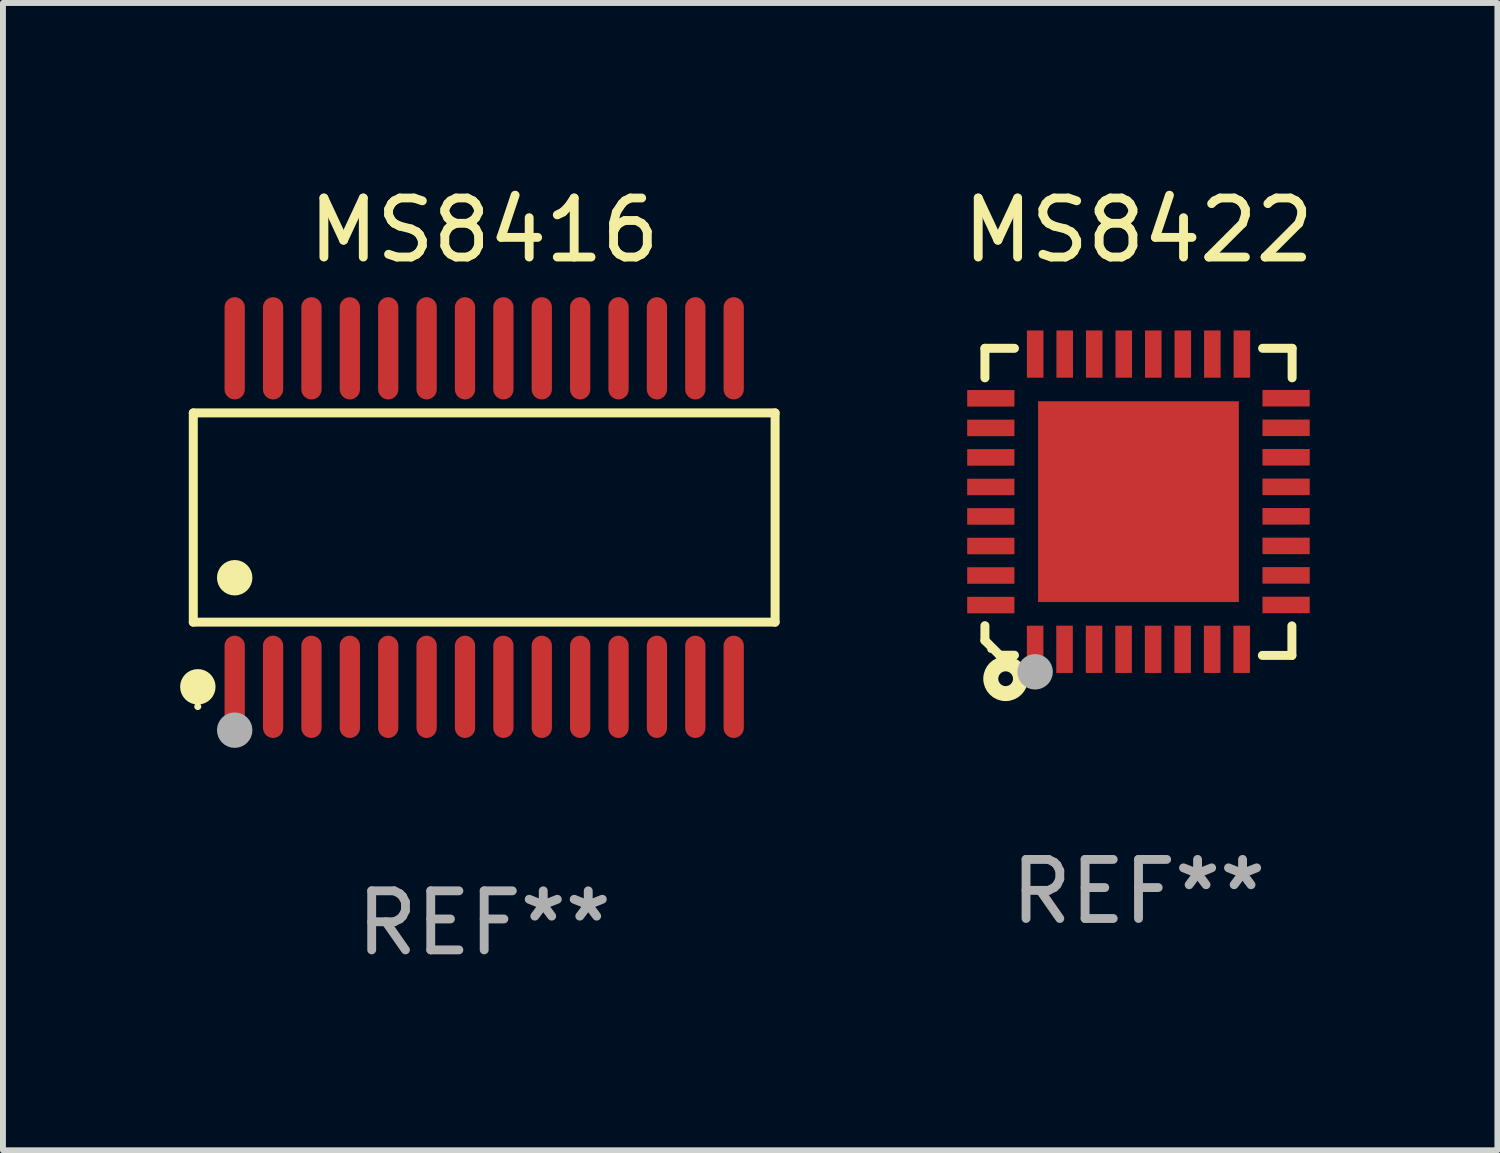
<source format=kicad_pcb>
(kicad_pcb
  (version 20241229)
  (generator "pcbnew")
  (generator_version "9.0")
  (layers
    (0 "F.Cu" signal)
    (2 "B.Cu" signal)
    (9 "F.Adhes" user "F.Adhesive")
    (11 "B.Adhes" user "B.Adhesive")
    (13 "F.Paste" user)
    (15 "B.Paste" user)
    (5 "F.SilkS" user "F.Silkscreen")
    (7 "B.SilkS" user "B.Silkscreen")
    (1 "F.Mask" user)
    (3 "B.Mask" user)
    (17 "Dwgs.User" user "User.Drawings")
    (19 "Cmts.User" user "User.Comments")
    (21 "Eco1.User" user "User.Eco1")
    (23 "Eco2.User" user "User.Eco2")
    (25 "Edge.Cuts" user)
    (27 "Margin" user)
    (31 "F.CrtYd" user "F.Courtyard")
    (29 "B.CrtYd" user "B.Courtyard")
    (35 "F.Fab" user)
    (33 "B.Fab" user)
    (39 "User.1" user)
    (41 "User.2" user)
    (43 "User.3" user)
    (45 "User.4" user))
  (footprint "MS8416"
    (layer "F.Cu")
    (at 5.149 5.714)
    (property "Reference" "MS8416" (at 0 -4.866 0) (layer "F.SilkS") (effects (font (size 1 1) (thickness 0.15))))
    (attr through_hole)
    (fp_line (start -4.926 -1.772) (end 4.926 -1.772) (stroke (width 0.152) (type solid)) (layer "F.SilkS"))
    (fp_line (start -4.926 1.771) (end -4.926 -1.772) (stroke (width 0.152) (type solid)) (layer "F.SilkS"))
    (fp_line (start 4.926 -1.772) (end 4.926 1.771) (stroke (width 0.152) (type solid)) (layer "F.SilkS"))
    (fp_line (start 4.926 1.771) (end -4.926 1.771) (stroke (width 0.152) (type solid)) (layer "F.SilkS"))
    (fp_circle (center -4.85 3.2) (end -4.82 3.2) (stroke (width 0.06) (type solid)) (fill no) (layer "F.SilkS"))
    (fp_circle (center -4.849 2.866) (end -4.699 2.866) (stroke (width 0.3) (type solid)) (fill no) (layer "F.SilkS"))
    (fp_circle (center -4.225 1.019) (end -4.075 1.019) (stroke (width 0.3) (type solid)) (fill no) (layer "F.SilkS"))
    (fp_circle (center -4.225 3.6) (end -4.075 3.6) (stroke (width 0.3) (type solid)) (fill no) (layer "F.Fab"))
    (fp_text user "REF**" (at 0 6.866 0) (layer "F.Fab") (effects (font (size 1 1) (thickness 0.15))))
    (pad "1" smd oval (at -4.225 2.866) (size 0.343 1.731) (layers "F.Cu" "F.Mask" "F.Paste"))
    (pad "2" smd oval (at -3.575 2.866) (size 0.343 1.731) (layers "F.Cu" "F.Mask" "F.Paste"))
    (pad "3" smd oval (at -2.925 2.866) (size 0.343 1.731) (layers "F.Cu" "F.Mask" "F.Paste"))
    (pad "4" smd oval (at -2.275 2.866) (size 0.343 1.731) (layers "F.Cu" "F.Mask" "F.Paste"))
    (pad "5" smd oval (at -1.625 2.866) (size 0.343 1.731) (layers "F.Cu" "F.Mask" "F.Paste"))
    (pad "6" smd oval (at -0.975 2.866) (size 0.343 1.731) (layers "F.Cu" "F.Mask" "F.Paste"))
    (pad "7" smd oval (at -0.325 2.866) (size 0.343 1.731) (layers "F.Cu" "F.Mask" "F.Paste"))
    (pad "8" smd oval (at 0.325 2.866) (size 0.343 1.731) (layers "F.Cu" "F.Mask" "F.Paste"))
    (pad "9" smd oval (at 0.975 2.866) (size 0.343 1.731) (layers "F.Cu" "F.Mask" "F.Paste"))
    (pad "10" smd oval (at 1.625 2.866) (size 0.343 1.731) (layers "F.Cu" "F.Mask" "F.Paste"))
    (pad "11" smd oval (at 2.275 2.866) (size 0.343 1.731) (layers "F.Cu" "F.Mask" "F.Paste"))
    (pad "12" smd oval (at 2.925 2.866) (size 0.343 1.731) (layers "F.Cu" "F.Mask" "F.Paste"))
    (pad "13" smd oval (at 3.575 2.866) (size 0.343 1.731) (layers "F.Cu" "F.Mask" "F.Paste"))
    (pad "14" smd oval (at 4.225 2.866) (size 0.343 1.731) (layers "F.Cu" "F.Mask" "F.Paste"))
    (pad "15" smd oval (at 4.225 -2.866) (size 0.343 1.731) (layers "F.Cu" "F.Mask" "F.Paste"))
    (pad "16" smd oval (at 3.575 -2.866) (size 0.343 1.731) (layers "F.Cu" "F.Mask" "F.Paste"))
    (pad "17" smd oval (at 2.925 -2.866) (size 0.343 1.731) (layers "F.Cu" "F.Mask" "F.Paste"))
    (pad "18" smd oval (at 2.275 -2.866) (size 0.343 1.731) (layers "F.Cu" "F.Mask" "F.Paste"))
    (pad "19" smd oval (at 1.625 -2.866) (size 0.343 1.731) (layers "F.Cu" "F.Mask" "F.Paste"))
    (pad "20" smd oval (at 0.975 -2.866) (size 0.343 1.731) (layers "F.Cu" "F.Mask" "F.Paste"))
    (pad "21" smd oval (at 0.325 -2.866) (size 0.343 1.731) (layers "F.Cu" "F.Mask" "F.Paste"))
    (pad "22" smd oval (at -0.325 -2.866) (size 0.343 1.731) (layers "F.Cu" "F.Mask" "F.Paste"))
    (pad "23" smd oval (at -0.975 -2.866) (size 0.343 1.731) (layers "F.Cu" "F.Mask" "F.Paste"))
    (pad "24" smd oval (at -1.625 -2.866) (size 0.343 1.731) (layers "F.Cu" "F.Mask" "F.Paste"))
    (pad "25" smd oval (at -2.275 -2.866) (size 0.343 1.731) (layers "F.Cu" "F.Mask" "F.Paste"))
    (pad "26" smd oval (at -2.925 -2.866) (size 0.343 1.731) (layers "F.Cu" "F.Mask" "F.Paste"))
    (pad "27" smd oval (at -3.575 -2.866) (size 0.343 1.731) (layers "F.Cu" "F.Mask" "F.Paste"))
    (pad "28" smd oval (at -4.225 -2.866) (size 0.343 1.731) (layers "F.Cu" "F.Mask" "F.Paste")))
  (footprint "MS8422"
    (layer "F.Cu")
    (at 16.229 5.448)
    (property "Reference" "MS8422" (at 0 -4.6 0) (layer "F.SilkS") (effects (font (size 1 1) (thickness 0.15))))
    (attr through_hole)
    (fp_line (start -2.601 2.097) (end -2.601 2.347) (stroke (width 0.152) (type solid)) (layer "F.SilkS"))
    (fp_line (start -2.601 2.347) (end -2.351 2.597) (stroke (width 0.152) (type solid)) (layer "F.SilkS"))
    (fp_line (start -2.601 -2.6) (end -2.601 -2.1) (stroke (width 0.152) (type solid)) (layer "F.SilkS"))
    (fp_line (start -2.601 -2.6) (end -2.101 -2.6) (stroke (width 0.152) (type solid)) (layer "F.SilkS"))
    (fp_line (start -2.351 2.597) (end -2.101 2.597) (stroke (width 0.152) (type solid)) (layer "F.SilkS"))
    (fp_line (start 2.597 2.6) (end 2.097 2.6) (stroke (width 0.152) (type solid)) (layer "F.SilkS"))
    (fp_line (start 2.597 2.6) (end 2.597 2.1) (stroke (width 0.152) (type solid)) (layer "F.SilkS"))
    (fp_line (start 2.601 -2.6) (end 2.101 -2.6) (stroke (width 0.152) (type solid)) (layer "F.SilkS"))
    (fp_line (start 2.601 -2.6) (end 2.601 -2.1) (stroke (width 0.152) (type solid)) (layer "F.SilkS"))
    (fp_circle (center -2.501 2.497) (end -2.471 2.497) (stroke (width 0.06) (type solid)) (fill no) (layer "F.SilkS"))
    (fp_circle (center -2.25 2.995) (end -2.125 2.995) (stroke (width 0.254) (type solid)) (fill no) (layer "F.SilkS"))
    (fp_circle (center -1.751 2.878) (end -1.601 2.878) (stroke (width 0.3) (type solid)) (fill no) (layer "F.Fab"))
    (fp_text user "REF**" (at 0 6.6 0) (layer "F.Fab") (effects (font (size 1 1) (thickness 0.15))))
    (pad "1" smd rect (at -1.751 2.497) (size 0.28 0.8) (layers "F.Cu" "F.Mask" "F.Paste"))
    (pad "2" smd rect (at -1.253 2.497) (size 0.28 0.8) (layers "F.Cu" "F.Mask" "F.Paste"))
    (pad "3" smd rect (at -0.753 2.497) (size 0.28 0.8) (layers "F.Cu" "F.Mask" "F.Paste"))
    (pad "4" smd rect (at -0.253 2.497) (size 0.28 0.8) (layers "F.Cu" "F.Mask" "F.Paste"))
    (pad "5" smd rect (at 0.247 2.497) (size 0.28 0.8) (layers "F.Cu" "F.Mask" "F.Paste"))
    (pad "6" smd rect (at 0.747 2.497) (size 0.28 0.8) (layers "F.Cu" "F.Mask" "F.Paste"))
    (pad "7" smd rect (at 1.247 2.497) (size 0.28 0.8) (layers "F.Cu" "F.Mask" "F.Paste"))
    (pad "8" smd rect (at 1.747 2.497) (size 0.28 0.8) (layers "F.Cu" "F.Mask" "F.Paste"))
    (pad "9" smd rect (at 2.499 1.746) (size 0.8 0.28) (layers "F.Cu" "F.Mask" "F.Paste"))
    (pad "10" smd rect (at 2.499 1.245) (size 0.8 0.28) (layers "F.Cu" "F.Mask" "F.Paste"))
    (pad "11" smd rect (at 2.499 0.746) (size 0.8 0.28) (layers "F.Cu" "F.Mask" "F.Paste"))
    (pad "12" smd rect (at 2.499 0.245) (size 0.8 0.28) (layers "F.Cu" "F.Mask" "F.Paste"))
    (pad "13" smd rect (at 2.499 -0.254) (size 0.8 0.28) (layers "F.Cu" "F.Mask" "F.Paste"))
    (pad "14" smd rect (at 2.499 -0.755) (size 0.8 0.28) (layers "F.Cu" "F.Mask" "F.Paste"))
    (pad "15" smd rect (at 2.499 -1.254) (size 0.8 0.28) (layers "F.Cu" "F.Mask" "F.Paste"))
    (pad "16" smd rect (at 2.499 -1.755) (size 0.8 0.28) (layers "F.Cu" "F.Mask" "F.Paste"))
    (pad "17" smd rect (at 1.75 -2.502) (size 0.28 0.8) (layers "F.Cu" "F.Mask" "F.Paste"))
    (pad "18" smd rect (at 1.25 -2.502) (size 0.28 0.8) (layers "F.Cu" "F.Mask" "F.Paste"))
    (pad "19" smd rect (at 0.75 -2.502) (size 0.28 0.8) (layers "F.Cu" "F.Mask" "F.Paste"))
    (pad "20" smd rect (at 0.25 -2.502) (size 0.28 0.8) (layers "F.Cu" "F.Mask" "F.Paste"))
    (pad "21" smd rect (at -0.25 -2.502) (size 0.28 0.8) (layers "F.Cu" "F.Mask" "F.Paste"))
    (pad "22" smd rect (at -0.75 -2.502) (size 0.28 0.8) (layers "F.Cu" "F.Mask" "F.Paste"))
    (pad "23" smd rect (at -1.25 -2.502) (size 0.28 0.8) (layers "F.Cu" "F.Mask" "F.Paste"))
    (pad "24" smd rect (at -1.75 -2.502) (size 0.28 0.8) (layers "F.Cu" "F.Mask" "F.Paste"))
    (pad "25" smd rect (at -2.501 -1.753) (size 0.8 0.28) (layers "F.Cu" "F.Mask" "F.Paste"))
    (pad "26" smd rect (at -2.501 -1.252) (size 0.8 0.28) (layers "F.Cu" "F.Mask" "F.Paste"))
    (pad "27" smd rect (at -2.501 -0.753) (size 0.8 0.28) (layers "F.Cu" "F.Mask" "F.Paste"))
    (pad "28" smd rect (at -2.501 -0.252) (size 0.8 0.28) (layers "F.Cu" "F.Mask" "F.Paste"))
    (pad "29" smd rect (at -2.501 0.247) (size 0.8 0.28) (layers "F.Cu" "F.Mask" "F.Paste"))
    (pad "30" smd rect (at -2.501 0.748) (size 0.8 0.28) (layers "F.Cu" "F.Mask" "F.Paste"))
    (pad "31" smd rect (at -2.501 1.247) (size 0.8 0.28) (layers "F.Cu" "F.Mask" "F.Paste"))
    (pad "32" smd rect (at -2.501 1.748) (size 0.8 0.28) (layers "F.Cu" "F.Mask" "F.Paste"))
    (pad "33" smd rect (at -0.001 -0.003 180) (size 3.4 3.4) (layers "F.Cu" "F.Mask" "F.Paste")))
  (gr_rect
    (start -3 -3)
    (end 22.306 16.428)
    (stroke (width 0.1) (type default))
    (fill no)
    (layer "Edge.Cuts")))
</source>
